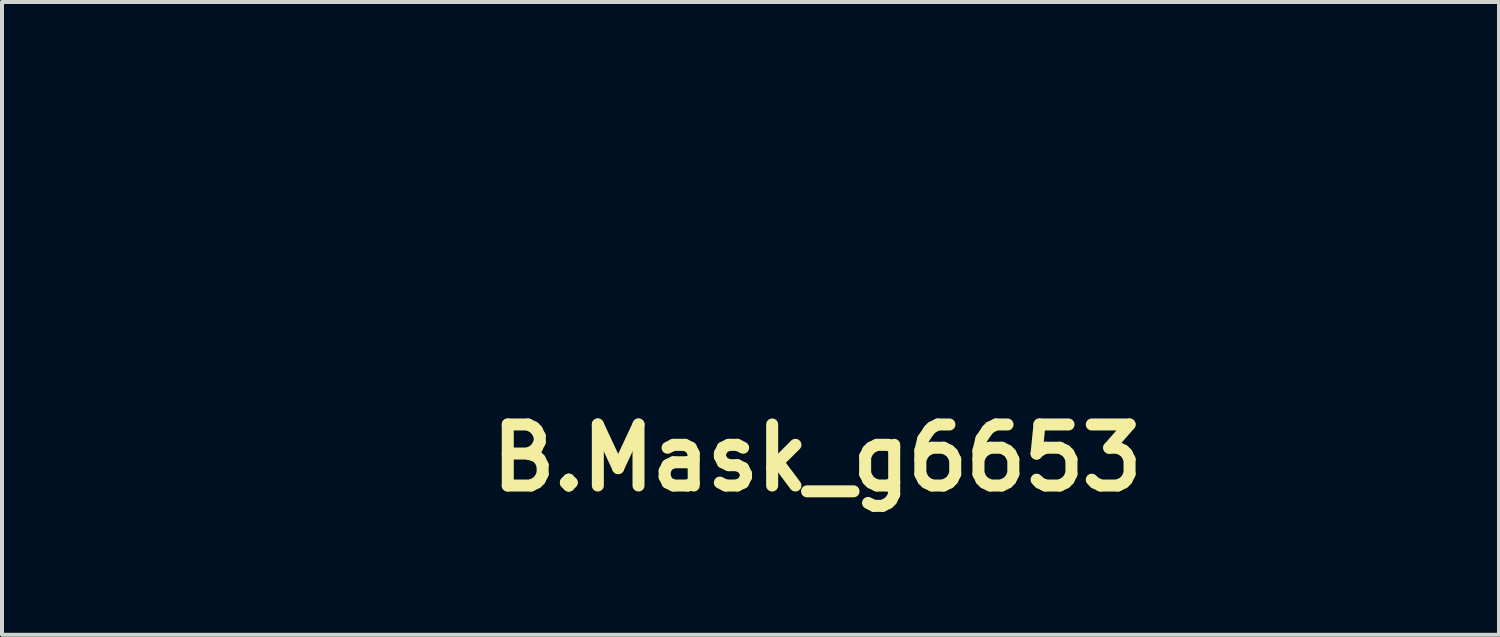
<source format=kicad_pcb>
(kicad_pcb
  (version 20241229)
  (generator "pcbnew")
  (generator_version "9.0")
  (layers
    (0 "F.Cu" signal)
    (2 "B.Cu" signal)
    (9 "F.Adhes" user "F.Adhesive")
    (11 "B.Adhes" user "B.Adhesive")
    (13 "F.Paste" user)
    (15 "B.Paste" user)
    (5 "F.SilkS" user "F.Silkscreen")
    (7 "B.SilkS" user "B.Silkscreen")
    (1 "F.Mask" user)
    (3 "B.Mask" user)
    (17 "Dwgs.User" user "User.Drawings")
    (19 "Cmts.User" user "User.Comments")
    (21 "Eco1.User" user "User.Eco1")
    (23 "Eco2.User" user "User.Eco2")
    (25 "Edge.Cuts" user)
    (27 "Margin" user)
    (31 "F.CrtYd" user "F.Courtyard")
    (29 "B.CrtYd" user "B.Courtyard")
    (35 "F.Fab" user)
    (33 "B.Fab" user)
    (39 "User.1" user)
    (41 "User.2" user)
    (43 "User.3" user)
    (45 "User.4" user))
  (footprint "B.Mask_g6653"
    (layer "F.Cu")
    (at 17.361 8.387)
    (property "Reference" "B.Mask_g6653" (at 0 0 0) (layer "F.SilkS") (effects (font (size 1.524 1.524) (thickness 0.3))))
    (attr through_hole)
    (fp_poly (pts (xy -14.473 -7.995) (xy -13.986 -7.916) (xy -13.703 -7.818) (xy -13.259 -7.543) (xy -12.85 -7.164) (xy -12.536 -6.737) (xy -12.486 -6.644) (xy -12.363 -6.256) (xy -12.314 -5.785) (xy -12.338 -5.298) (xy -12.435 -4.863) (xy -12.509 -4.688) (xy -12.864 -4.188) (xy -13.333 -3.79) (xy -13.885 -3.505) (xy -14.49 -3.348) (xy -15.119 -3.329) (xy -15.595 -3.415) (xy -16.192 -3.663) (xy -16.68 -4.029) (xy -17.045 -4.497) (xy -17.274 -5.051) (xy -17.356 -5.673) (xy -17.356 -5.691) (xy -17.276 -6.307) (xy -17.045 -6.854) (xy -16.669 -7.323) (xy -16.156 -7.702) (xy -15.922 -7.822) (xy -15.506 -7.948) (xy -15.001 -8.006) (xy -14.473 -7.995)) (stroke (width 0.01) (type solid)) (fill yes) (layer "B.Mask"))
    (fp_poly (pts (xy 11.857 -8.371) (xy 12.155 -8.329) (xy 12.431 -8.241) (xy 12.663 -8.139) (xy 13.194 -7.806) (xy 13.596 -7.386) (xy 13.869 -6.903) (xy 14.012 -6.381) (xy 14.025 -5.843) (xy 13.906 -5.314) (xy 13.655 -4.817) (xy 13.273 -4.376) (xy 12.771 -4.022) (xy 12.283 -3.835) (xy 11.715 -3.742) (xy 11.128 -3.745) (xy 10.585 -3.848) (xy 10.442 -3.898) (xy 9.904 -4.193) (xy 9.479 -4.595) (xy 9.175 -5.075) (xy 8.997 -5.61) (xy 8.953 -6.173) (xy 9.049 -6.739) (xy 9.29 -7.281) (xy 9.515 -7.594) (xy 9.714 -7.776) (xy 10.001 -7.976) (xy 10.262 -8.123) (xy 10.56 -8.26) (xy 10.817 -8.339) (xy 11.105 -8.374) (xy 11.465 -8.382) (xy 11.857 -8.371)) (stroke (width 0.01) (type solid)) (fill yes) (layer "B.Mask")))
  (gr_rect
    (start -3 -3)
    (end 34.39 12.805)
    (stroke (width 0.1) (type default))
    (fill no)
    (layer "Edge.Cuts")))
</source>
